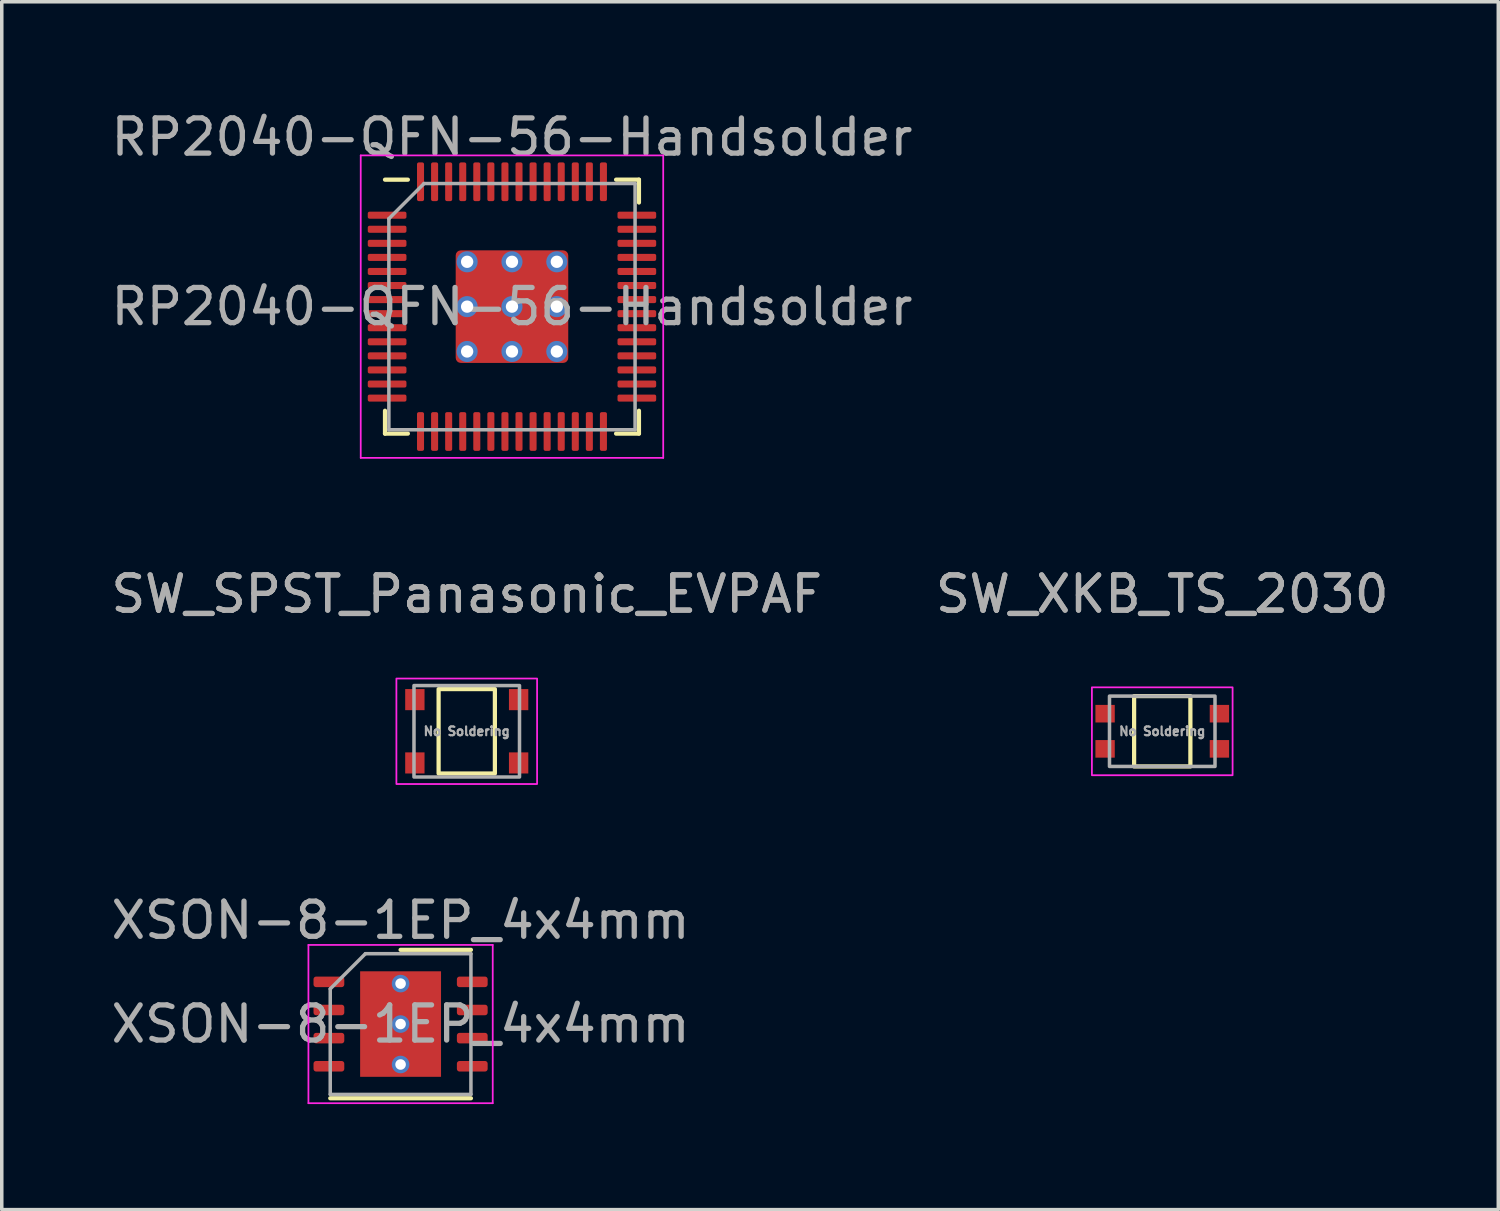
<source format=kicad_pcb>
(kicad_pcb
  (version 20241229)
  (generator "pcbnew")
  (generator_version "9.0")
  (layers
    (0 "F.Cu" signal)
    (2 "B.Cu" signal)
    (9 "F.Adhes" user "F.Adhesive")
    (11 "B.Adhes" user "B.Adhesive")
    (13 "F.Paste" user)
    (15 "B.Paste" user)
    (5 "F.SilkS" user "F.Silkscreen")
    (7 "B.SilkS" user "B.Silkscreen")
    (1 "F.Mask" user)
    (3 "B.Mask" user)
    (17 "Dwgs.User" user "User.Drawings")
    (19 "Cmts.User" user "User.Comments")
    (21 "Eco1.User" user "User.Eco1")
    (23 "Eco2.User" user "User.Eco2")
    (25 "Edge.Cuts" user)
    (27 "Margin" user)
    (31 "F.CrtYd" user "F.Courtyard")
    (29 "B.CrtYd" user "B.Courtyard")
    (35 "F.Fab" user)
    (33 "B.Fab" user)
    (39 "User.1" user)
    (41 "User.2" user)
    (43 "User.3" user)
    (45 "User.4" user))
  (footprint "SW_XKB_TS_2030"
    (layer "F.Cu")
    (at 29.994 17.741)
    (property "Reference" "SW_XKB_TS_2030" (at 0 -3.9 0) (layer "F.Fab") (effects (font (size 1 1) (thickness 0.15))))
    (attr smd)
    (fp_rect (start -0.8 -1) (end 0.8 1) (stroke (width 0.12) (type solid)) (fill no) (layer "F.SilkS"))
    (fp_rect (start -2 1.25) (end 2 -1.25) (stroke (width 0.05) (type solid)) (fill no) (layer "F.CrtYd"))
    (fp_rect (start -1.5 1) (end 1.5 -1) (stroke (width 0.1) (type solid)) (fill no) (layer "F.Fab"))
    (fp_text user "${REFERENCE}" (at 0 -3.9 0) (layer "F.Fab") (effects (font (size 1 1) (thickness 0.15))))
    (fp_text user "No Soldering" (at 0 0 0) (unlocked yes) (layer "F.Fab") (effects (font (size 0.25 0.25) (thickness 0.062))))
    (pad "1" smd rect (at -1.625 -0.5) (size 0.55 0.5) (layers "F.Cu" "F.Mask" "F.Paste"))
    (pad "1" smd rect (at -1.625 0.5) (size 0.55 0.5) (layers "F.Cu" "F.Mask" "F.Paste"))
    (pad "2" smd rect (at 1.625 -0.5) (size 0.55 0.5) (layers "F.Cu" "F.Mask" "F.Paste"))
    (pad "2" smd rect (at 1.625 0.5) (size 0.55 0.5) (layers "F.Cu" "F.Mask" "F.Paste")))
  (footprint "RP2040-QFN-56-Handsolder"
    (layer "F.Cu")
    (at 11.506 5.668)
    (property "Reference" "RP2040-QFN-56-Handsolder" (at 0 -4.82 0) (layer "F.Fab") (effects (font (size 1 1) (thickness 0.15))))
    (attr smd)
    (fp_line (start -3.61 3.61) (end -3.61 2.96) (stroke (width 0.12) (type solid)) (layer "F.SilkS"))
    (fp_line (start -2.96 -3.61) (end -3.61 -3.61) (stroke (width 0.12) (type solid)) (layer "F.SilkS"))
    (fp_line (start -2.96 3.61) (end -3.61 3.61) (stroke (width 0.12) (type solid)) (layer "F.SilkS"))
    (fp_line (start 2.96 -3.61) (end 3.61 -3.61) (stroke (width 0.12) (type solid)) (layer "F.SilkS"))
    (fp_line (start 2.96 3.61) (end 3.61 3.61) (stroke (width 0.12) (type solid)) (layer "F.SilkS"))
    (fp_line (start 3.61 -3.61) (end 3.61 -2.96) (stroke (width 0.12) (type solid)) (layer "F.SilkS"))
    (fp_line (start 3.61 3.61) (end 3.61 2.96) (stroke (width 0.12) (type solid)) (layer "F.SilkS"))
    (fp_line (start -4.3 -4.3) (end -4.3 4.3) (stroke (width 0.05) (type solid)) (layer "F.CrtYd"))
    (fp_line (start -4.3 4.3) (end 4.3 4.3) (stroke (width 0.05) (type solid)) (layer "F.CrtYd"))
    (fp_line (start 4.3 -4.3) (end -4.3 -4.3) (stroke (width 0.05) (type solid)) (layer "F.CrtYd"))
    (fp_line (start 4.3 4.3) (end 4.3 -4.3) (stroke (width 0.05) (type solid)) (layer "F.CrtYd"))
    (fp_line (start -3.5 -2.5) (end -2.5 -3.5) (stroke (width 0.1) (type solid)) (layer "F.Fab"))
    (fp_line (start -3.5 3.5) (end -3.5 -2.5) (stroke (width 0.1) (type solid)) (layer "F.Fab"))
    (fp_line (start -2.5 -3.5) (end 3.5 -3.5) (stroke (width 0.1) (type solid)) (layer "F.Fab"))
    (fp_line (start 3.5 -3.5) (end 3.5 3.5) (stroke (width 0.1) (type solid)) (layer "F.Fab"))
    (fp_line (start 3.5 3.5) (end -3.5 3.5) (stroke (width 0.1) (type solid)) (layer "F.Fab"))
    (fp_text user "${REFERENCE}" (at 0 0 0) (layer "F.Fab") (effects (font (size 1 1) (thickness 0.15))))
    (pad "" smd roundrect (at -0.637 -0.637) (size 1.084 1.084) (layers "F.Paste") (roundrect_rratio 0.231))
    (pad "" smd roundrect (at -0.637 0.637) (size 1.084 1.084) (layers "F.Paste") (roundrect_rratio 0.231))
    (pad "" smd roundrect (at 0.637 -0.637) (size 1.084 1.084) (layers "F.Paste") (roundrect_rratio 0.231))
    (pad "" smd roundrect (at 0.637 0.637) (size 1.084 1.084) (layers "F.Paste") (roundrect_rratio 0.231))
    (pad "1" smd roundrect (at -3.55 -2.6) (size 1.1 0.2) (layers "F.Cu" "F.Mask" "F.Paste") (roundrect_rratio 0.25))
    (pad "2" smd roundrect (at -3.55 -2.2) (size 1.1 0.2) (layers "F.Cu" "F.Mask" "F.Paste") (roundrect_rratio 0.25))
    (pad "3" smd roundrect (at -3.55 -1.8) (size 1.1 0.2) (layers "F.Cu" "F.Mask" "F.Paste") (roundrect_rratio 0.25))
    (pad "4" smd roundrect (at -3.55 -1.4) (size 1.1 0.2) (layers "F.Cu" "F.Mask" "F.Paste") (roundrect_rratio 0.25))
    (pad "5" smd roundrect (at -3.55 -1) (size 1.1 0.2) (layers "F.Cu" "F.Mask" "F.Paste") (roundrect_rratio 0.25))
    (pad "6" smd roundrect (at -3.55 -0.6) (size 1.1 0.2) (layers "F.Cu" "F.Mask" "F.Paste") (roundrect_rratio 0.25))
    (pad "7" smd roundrect (at -3.55 -0.2) (size 1.1 0.2) (layers "F.Cu" "F.Mask" "F.Paste") (roundrect_rratio 0.25))
    (pad "8" smd roundrect (at -3.55 0.2) (size 1.1 0.2) (layers "F.Cu" "F.Mask" "F.Paste") (roundrect_rratio 0.25))
    (pad "9" smd roundrect (at -3.55 0.6) (size 1.1 0.2) (layers "F.Cu" "F.Mask" "F.Paste") (roundrect_rratio 0.25))
    (pad "10" smd roundrect (at -3.55 1) (size 1.1 0.2) (layers "F.Cu" "F.Mask" "F.Paste") (roundrect_rratio 0.25))
    (pad "11" smd roundrect (at -3.55 1.4) (size 1.1 0.2) (layers "F.Cu" "F.Mask" "F.Paste") (roundrect_rratio 0.25))
    (pad "12" smd roundrect (at -3.55 1.8) (size 1.1 0.2) (layers "F.Cu" "F.Mask" "F.Paste") (roundrect_rratio 0.25))
    (pad "13" smd roundrect (at -3.55 2.2) (size 1.1 0.2) (layers "F.Cu" "F.Mask" "F.Paste") (roundrect_rratio 0.25))
    (pad "14" smd roundrect (at -3.55 2.6) (size 1.1 0.2) (layers "F.Cu" "F.Mask" "F.Paste") (roundrect_rratio 0.25))
    (pad "15" smd roundrect (at -2.6 3.55) (size 0.2 1.1) (layers "F.Cu" "F.Mask" "F.Paste") (roundrect_rratio 0.25))
    (pad "16" smd roundrect (at -2.2 3.55) (size 0.2 1.1) (layers "F.Cu" "F.Mask" "F.Paste") (roundrect_rratio 0.25))
    (pad "17" smd roundrect (at -1.8 3.55) (size 0.2 1.1) (layers "F.Cu" "F.Mask" "F.Paste") (roundrect_rratio 0.25))
    (pad "18" smd roundrect (at -1.4 3.55) (size 0.2 1.1) (layers "F.Cu" "F.Mask" "F.Paste") (roundrect_rratio 0.25))
    (pad "19" smd roundrect (at -1 3.55) (size 0.2 1.1) (layers "F.Cu" "F.Mask" "F.Paste") (roundrect_rratio 0.25))
    (pad "20" smd roundrect (at -0.6 3.55) (size 0.2 1.1) (layers "F.Cu" "F.Mask" "F.Paste") (roundrect_rratio 0.25))
    (pad "21" smd roundrect (at -0.2 3.55) (size 0.2 1.1) (layers "F.Cu" "F.Mask" "F.Paste") (roundrect_rratio 0.25))
    (pad "22" smd roundrect (at 0.2 3.55) (size 0.2 1.1) (layers "F.Cu" "F.Mask" "F.Paste") (roundrect_rratio 0.25))
    (pad "23" smd roundrect (at 0.6 3.55) (size 0.2 1.1) (layers "F.Cu" "F.Mask" "F.Paste") (roundrect_rratio 0.25))
    (pad "24" smd roundrect (at 1 3.55) (size 0.2 1.1) (layers "F.Cu" "F.Mask" "F.Paste") (roundrect_rratio 0.25))
    (pad "25" smd roundrect (at 1.4 3.55) (size 0.2 1.1) (layers "F.Cu" "F.Mask" "F.Paste") (roundrect_rratio 0.25))
    (pad "26" smd roundrect (at 1.8 3.55) (size 0.2 1.1) (layers "F.Cu" "F.Mask" "F.Paste") (roundrect_rratio 0.25))
    (pad "27" smd roundrect (at 2.2 3.55) (size 0.2 1.1) (layers "F.Cu" "F.Mask" "F.Paste") (roundrect_rratio 0.25))
    (pad "28" smd roundrect (at 2.6 3.55) (size 0.2 1.1) (layers "F.Cu" "F.Mask" "F.Paste") (roundrect_rratio 0.25))
    (pad "29" smd roundrect (at 3.55 2.6) (size 1.1 0.2) (layers "F.Cu" "F.Mask" "F.Paste") (roundrect_rratio 0.25))
    (pad "30" smd roundrect (at 3.55 2.2) (size 1.1 0.2) (layers "F.Cu" "F.Mask" "F.Paste") (roundrect_rratio 0.25))
    (pad "31" smd roundrect (at 3.55 1.8) (size 1.1 0.2) (layers "F.Cu" "F.Mask" "F.Paste") (roundrect_rratio 0.25))
    (pad "32" smd roundrect (at 3.55 1.4) (size 1.1 0.2) (layers "F.Cu" "F.Mask" "F.Paste") (roundrect_rratio 0.25))
    (pad "33" smd roundrect (at 3.55 1) (size 1.1 0.2) (layers "F.Cu" "F.Mask" "F.Paste") (roundrect_rratio 0.25))
    (pad "34" smd roundrect (at 3.55 0.6) (size 1.1 0.2) (layers "F.Cu" "F.Mask" "F.Paste") (roundrect_rratio 0.25))
    (pad "35" smd roundrect (at 3.55 0.2) (size 1.1 0.2) (layers "F.Cu" "F.Mask" "F.Paste") (roundrect_rratio 0.25))
    (pad "36" smd roundrect (at 3.55 -0.2) (size 1.1 0.2) (layers "F.Cu" "F.Mask" "F.Paste") (roundrect_rratio 0.25))
    (pad "37" smd roundrect (at 3.55 -0.6) (size 1.1 0.2) (layers "F.Cu" "F.Mask" "F.Paste") (roundrect_rratio 0.25))
    (pad "38" smd roundrect (at 3.55 -1) (size 1.1 0.2) (layers "F.Cu" "F.Mask" "F.Paste") (roundrect_rratio 0.25))
    (pad "39" smd roundrect (at 3.55 -1.4) (size 1.1 0.2) (layers "F.Cu" "F.Mask" "F.Paste") (roundrect_rratio 0.25))
    (pad "40" smd roundrect (at 3.55 -1.8) (size 1.1 0.2) (layers "F.Cu" "F.Mask" "F.Paste") (roundrect_rratio 0.25))
    (pad "41" smd roundrect (at 3.55 -2.2) (size 1.1 0.2) (layers "F.Cu" "F.Mask" "F.Paste") (roundrect_rratio 0.25))
    (pad "42" smd roundrect (at 3.55 -2.6) (size 1.1 0.2) (layers "F.Cu" "F.Mask" "F.Paste") (roundrect_rratio 0.25))
    (pad "43" smd roundrect (at 2.6 -3.55) (size 0.2 1.1) (layers "F.Cu" "F.Mask" "F.Paste") (roundrect_rratio 0.25))
    (pad "44" smd roundrect (at 2.2 -3.55) (size 0.2 1.1) (layers "F.Cu" "F.Mask" "F.Paste") (roundrect_rratio 0.25))
    (pad "45" smd roundrect (at 1.8 -3.55) (size 0.2 1.1) (layers "F.Cu" "F.Mask" "F.Paste") (roundrect_rratio 0.25))
    (pad "46" smd roundrect (at 1.4 -3.55) (size 0.2 1.1) (layers "F.Cu" "F.Mask" "F.Paste") (roundrect_rratio 0.25))
    (pad "47" smd roundrect (at 1 -3.55) (size 0.2 1.1) (layers "F.Cu" "F.Mask" "F.Paste") (roundrect_rratio 0.25))
    (pad "48" smd roundrect (at 0.6 -3.55) (size 0.2 1.1) (layers "F.Cu" "F.Mask" "F.Paste") (roundrect_rratio 0.25))
    (pad "49" smd roundrect (at 0.2 -3.55) (size 0.2 1.1) (layers "F.Cu" "F.Mask" "F.Paste") (roundrect_rratio 0.25))
    (pad "50" smd roundrect (at -0.2 -3.55) (size 0.2 1.1) (layers "F.Cu" "F.Mask" "F.Paste") (roundrect_rratio 0.25))
    (pad "51" smd roundrect (at -0.6 -3.55) (size 0.2 1.1) (layers "F.Cu" "F.Mask" "F.Paste") (roundrect_rratio 0.25))
    (pad "52" smd roundrect (at -1 -3.55) (size 0.2 1.1) (layers "F.Cu" "F.Mask" "F.Paste") (roundrect_rratio 0.25))
    (pad "53" smd roundrect (at -1.4 -3.55) (size 0.2 1.1) (layers "F.Cu" "F.Mask" "F.Paste") (roundrect_rratio 0.25))
    (pad "54" smd roundrect (at -1.8 -3.55) (size 0.2 1.1) (layers "F.Cu" "F.Mask" "F.Paste") (roundrect_rratio 0.25))
    (pad "55" smd roundrect (at -2.2 -3.55) (size 0.2 1.1) (layers "F.Cu" "F.Mask" "F.Paste") (roundrect_rratio 0.25))
    (pad "56" smd roundrect (at -2.6 -3.55) (size 0.2 1.1) (layers "F.Cu" "F.Mask" "F.Paste") (roundrect_rratio 0.25))
    (pad "57" thru_hole circle (at -1.275 -1.275) (size 0.6 0.6) (drill 0.35) (layers "*.Cu"))
    (pad "57" thru_hole circle (at -1.275 0) (size 0.6 0.6) (drill 0.35) (layers "*.Cu"))
    (pad "57" thru_hole circle (at -1.275 1.275) (size 0.6 0.6) (drill 0.35) (layers "*.Cu"))
    (pad "57" thru_hole circle (at 0 -1.275) (size 0.6 0.6) (drill 0.35) (layers "*.Cu"))
    (pad "57" thru_hole circle (at 0 0) (size 0.6 0.6) (drill 0.35) (layers "*.Cu"))
    (pad "57" smd roundrect (at 0 0) (size 3.2 3.2) (layers "F.Cu" "F.Mask") (roundrect_rratio 0.045))
    (pad "57" thru_hole circle (at 0 1.275) (size 0.6 0.6) (drill 0.35) (layers "*.Cu"))
    (pad "57" thru_hole circle (at 1.275 -1.275) (size 0.6 0.6) (drill 0.35) (layers "*.Cu"))
    (pad "57" thru_hole circle (at 1.275 0) (size 0.6 0.6) (drill 0.35) (layers "*.Cu"))
    (pad "57" thru_hole circle (at 1.275 1.275) (size 0.6 0.6) (drill 0.35) (layers "*.Cu")))
  (footprint "XSON-8-1EP_4x4mm"
    (layer "F.Cu")
    (at 8.339 26.065)
    (property "Reference" "XSON-8-1EP_4x4mm" (at 0 -2.95 0) (layer "F.Fab") (effects (font (size 1 1) (thickness 0.15))))
    (attr smd)
    (fp_line (start -2 2.11) (end 2 2.11) (stroke (width 0.12) (type solid)) (layer "F.SilkS"))
    (fp_line (start 0 -2.11) (end 2 -2.11) (stroke (width 0.12) (type solid)) (layer "F.SilkS"))
    (fp_line (start -2.62 -2.25) (end -2.62 2.25) (stroke (width 0.05) (type solid)) (layer "F.CrtYd"))
    (fp_line (start -2.62 2.25) (end 2.62 2.25) (stroke (width 0.05) (type solid)) (layer "F.CrtYd"))
    (fp_line (start 2.62 -2.25) (end -2.62 -2.25) (stroke (width 0.05) (type solid)) (layer "F.CrtYd"))
    (fp_line (start 2.62 2.25) (end 2.62 -2.25) (stroke (width 0.05) (type solid)) (layer "F.CrtYd"))
    (fp_line (start -2 -1) (end -1 -2) (stroke (width 0.1) (type solid)) (layer "F.Fab"))
    (fp_line (start -2 2) (end -2 -1) (stroke (width 0.1) (type solid)) (layer "F.Fab"))
    (fp_line (start -1 -2) (end 2 -2) (stroke (width 0.1) (type solid)) (layer "F.Fab"))
    (fp_line (start 2 -2) (end 2 2) (stroke (width 0.1) (type solid)) (layer "F.Fab"))
    (fp_line (start 2 2) (end -2 2) (stroke (width 0.1) (type solid)) (layer "F.Fab"))
    (fp_text user "${REFERENCE}" (at 0 0 0) (layer "F.Fab") (effects (font (size 1 1) (thickness 0.15))))
    (pad "" smd roundrect (at -0.65 -0.75) (size 1.05 1.21) (layers "F.Paste") (roundrect_rratio 0.238))
    (pad "" smd roundrect (at -0.65 0.75) (size 1.05 1.21) (layers "F.Paste") (roundrect_rratio 0.238))
    (pad "" smd roundrect (at 0.65 -0.75) (size 1.05 1.21) (layers "F.Paste") (roundrect_rratio 0.238))
    (pad "" smd roundrect (at 0.65 0.75) (size 1.05 1.21) (layers "F.Paste") (roundrect_rratio 0.238))
    (pad "1" smd roundrect (at -2.038 -1.2) (size 0.875 0.3) (layers "F.Cu" "F.Mask" "F.Paste") (roundrect_rratio 0.25))
    (pad "2" smd roundrect (at -2.038 -0.4) (size 0.875 0.3) (layers "F.Cu" "F.Mask" "F.Paste") (roundrect_rratio 0.25))
    (pad "3" smd roundrect (at -2.038 0.4) (size 0.875 0.3) (layers "F.Cu" "F.Mask" "F.Paste") (roundrect_rratio 0.25))
    (pad "4" smd roundrect (at -2.038 1.2) (size 0.875 0.3) (layers "F.Cu" "F.Mask" "F.Paste") (roundrect_rratio 0.25))
    (pad "5" smd roundrect (at 2.038 1.2) (size 0.875 0.3) (layers "F.Cu" "F.Mask" "F.Paste") (roundrect_rratio 0.25))
    (pad "6" smd roundrect (at 2.038 0.4) (size 0.875 0.3) (layers "F.Cu" "F.Mask" "F.Paste") (roundrect_rratio 0.25))
    (pad "7" smd roundrect (at 2.038 -0.4) (size 0.875 0.3) (layers "F.Cu" "F.Mask" "F.Paste") (roundrect_rratio 0.25))
    (pad "8" smd roundrect (at 2.038 -1.2) (size 0.875 0.3) (layers "F.Cu" "F.Mask" "F.Paste") (roundrect_rratio 0.25))
    (pad "9" thru_hole circle (at 0 -1.15) (size 0.5 0.5) (drill 0.3) (layers "*.Cu"))
    (pad "9" thru_hole circle (at 0 0) (size 0.5 0.5) (drill 0.3) (layers "*.Cu"))
    (pad "9" smd rect (at 0 0) (size 2.3 3) (layers "F.Cu" "F.Mask"))
    (pad "9" thru_hole circle (at 0 1.15) (size 0.5 0.5) (drill 0.3) (layers "*.Cu")))
  (footprint "SW_SPST_Panasonic_EVPAF"
    (layer "F.Cu")
    (at 10.22 17.741)
    (property "Reference" "SW_SPST_Panasonic_EVPAF" (at 0 -3.9 0) (layer "F.Fab") (effects (font (size 1 1) (thickness 0.15))))
    (attr smd)
    (fp_rect (start -0.8 -1.2) (end 0.8 1.2) (stroke (width 0.12) (type solid)) (fill no) (layer "F.SilkS"))
    (fp_rect (start -2 1.5) (end 2 -1.5) (stroke (width 0.05) (type solid)) (fill no) (layer "F.CrtYd"))
    (fp_rect (start -1.5 1.3) (end 1.5 -1.3) (stroke (width 0.1) (type solid)) (fill no) (layer "F.Fab"))
    (fp_text user "${REFERENCE}" (at 0 -3.9 0) (layer "F.Fab") (effects (font (size 1 1) (thickness 0.15))))
    (fp_text user "No Soldering" (at 0 0 0) (unlocked yes) (layer "F.Fab") (effects (font (size 0.25 0.25) (thickness 0.062))))
    (pad "1" smd rect (at -1.475 -0.9) (size 0.55 0.6) (layers "F.Cu" "F.Mask" "F.Paste"))
    (pad "1" smd rect (at 1.475 -0.9) (size 0.55 0.6) (layers "F.Cu" "F.Mask" "F.Paste"))
    (pad "2" smd rect (at -1.475 0.9) (size 0.55 0.6) (layers "F.Cu" "F.Mask" "F.Paste"))
    (pad "2" smd rect (at 1.475 0.9) (size 0.55 0.6) (layers "F.Cu" "F.Mask" "F.Paste")))
  (gr_rect
    (start -3 -3)
    (end 39.548 31.34)
    (stroke (width 0.1) (type default))
    (fill no)
    (layer "Edge.Cuts")))
</source>
